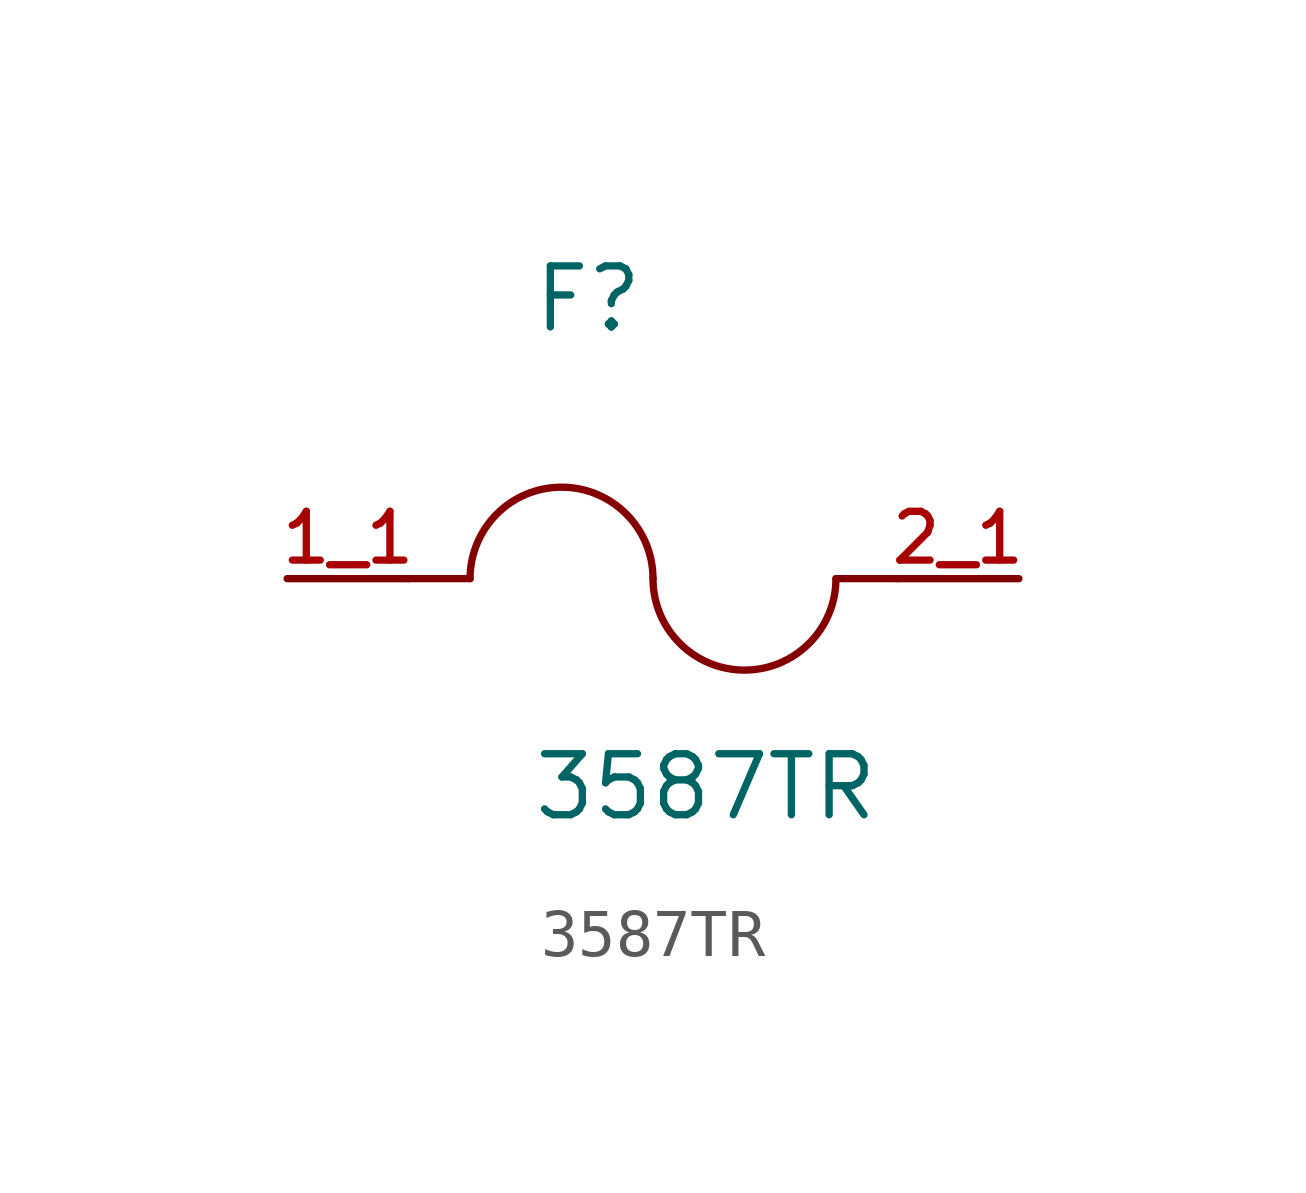
<source format=kicad_sym>
(kicad_symbol_lib
  (version 20211014)
  (generator kicad_symbol_editor)
  (symbol "3587TR"
    (pin_names
      (offset 1.016))
    (property "Reference" "F"
      (at -2.54 5.08 0)
      (effects (font (size 1.27 1.27)) (justify bottom left)))
    (property "Value" "3587TR"
      (at -2.54 -5.08 0)
      (effects (font (size 1.27 1.27)) (justify bottom left)))
    (symbol "3587TR_0_0"
      (arc (start 0.0 0.0) (mid -1.905 1.905) (end -3.81 0.0) (stroke (width 0.1524) (type default) (color 0 0 0 0)) (fill (type none)))
      (arc (start 3.81 0.0) (mid 1.905 -1.905) (end 0.0 0.0) (stroke (width 0.1524) (type default) (color 0 0 0 0)) (fill (type none)))
      (polyline (pts (xy 5.08 0.0) (xy 3.81 0.0)) (stroke (width 0.152)))
      (polyline (pts (xy -5.08 0.0) (xy -3.81 0.0)) (stroke (width 0.152)))
      (pin passive line (at -7.62 0.0 0) (length 2.54) (name "~" (effects (font (size 1.016 1.016)))) (number "1_1" (effects (font (size 1.016 1.016)))))
      (pin passive line (at 7.62 0.0 180.0) (length 2.54) (name "~" (effects (font (size 1.016 1.016)))) (number "2_1" (effects (font (size 1.016 1.016))))))))
</source>
